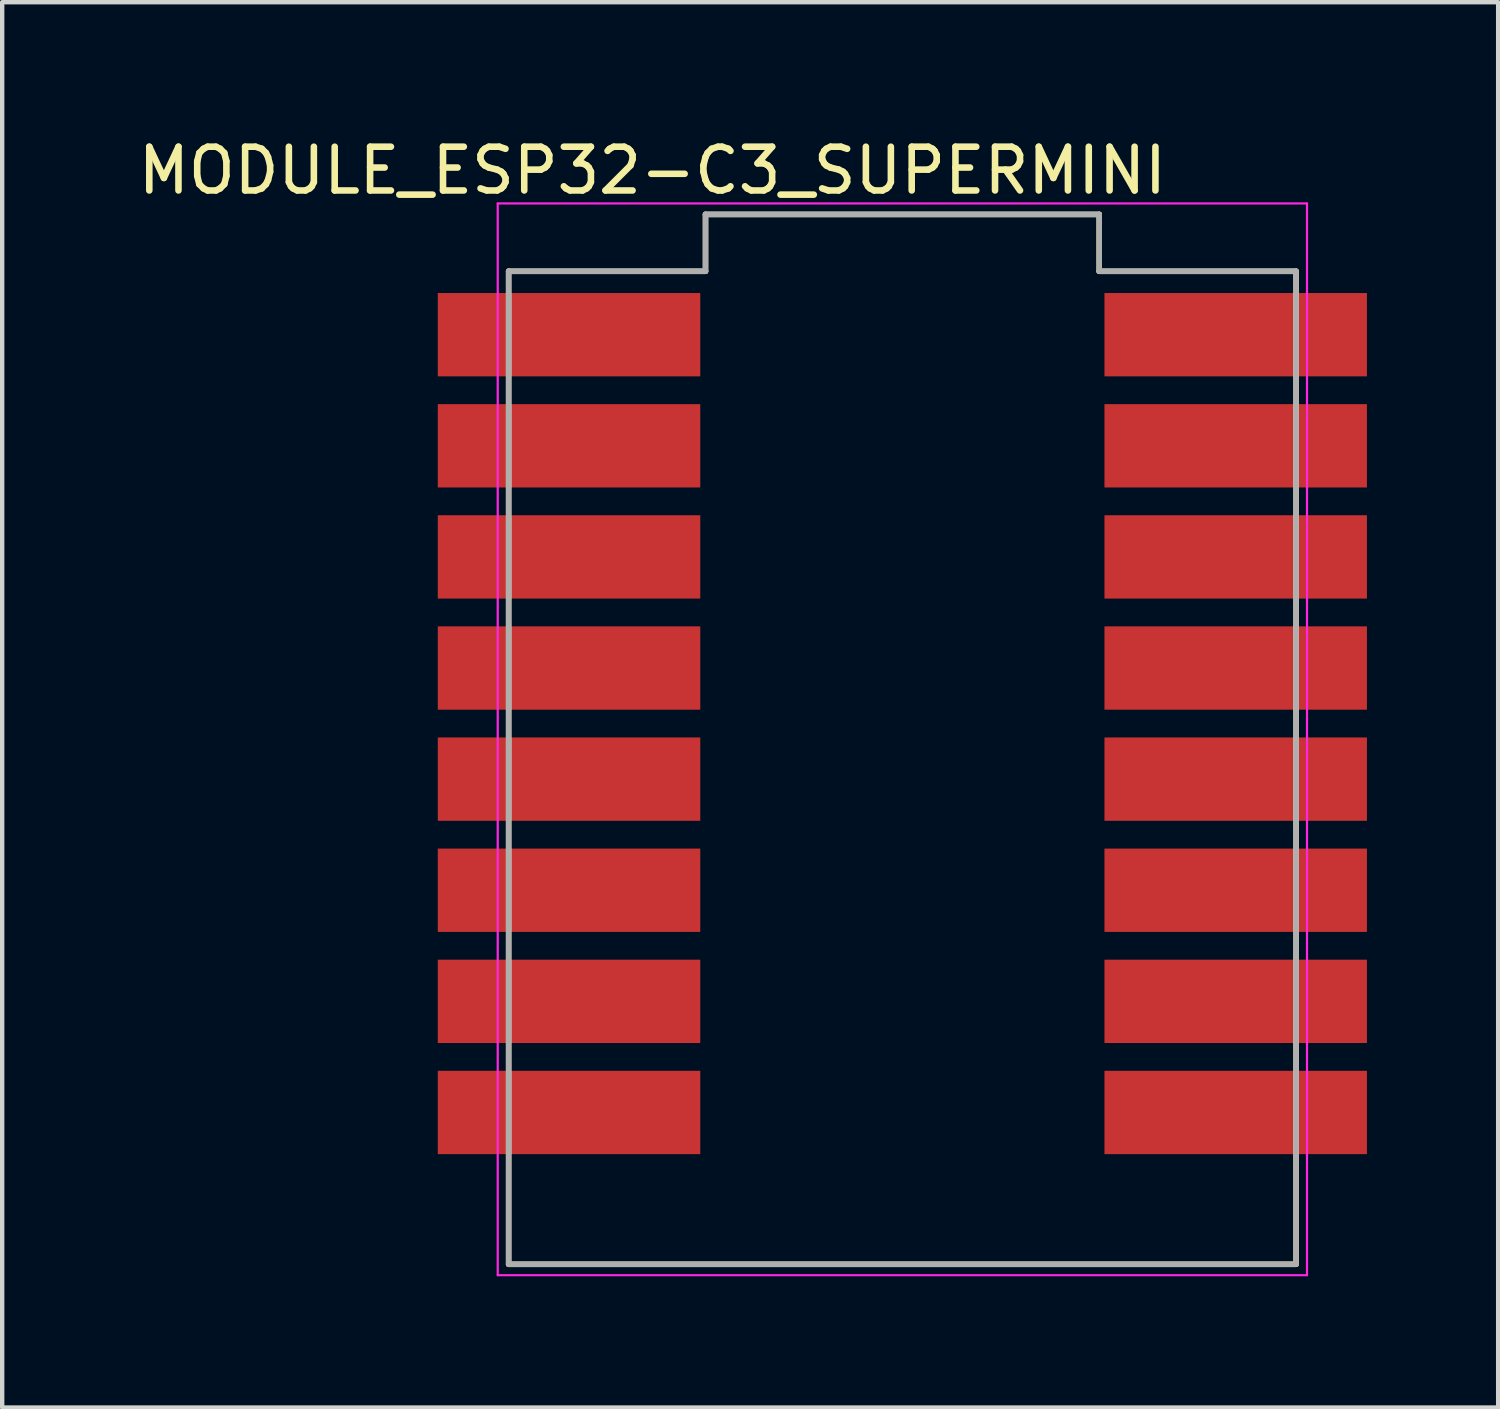
<source format=kicad_pcb>
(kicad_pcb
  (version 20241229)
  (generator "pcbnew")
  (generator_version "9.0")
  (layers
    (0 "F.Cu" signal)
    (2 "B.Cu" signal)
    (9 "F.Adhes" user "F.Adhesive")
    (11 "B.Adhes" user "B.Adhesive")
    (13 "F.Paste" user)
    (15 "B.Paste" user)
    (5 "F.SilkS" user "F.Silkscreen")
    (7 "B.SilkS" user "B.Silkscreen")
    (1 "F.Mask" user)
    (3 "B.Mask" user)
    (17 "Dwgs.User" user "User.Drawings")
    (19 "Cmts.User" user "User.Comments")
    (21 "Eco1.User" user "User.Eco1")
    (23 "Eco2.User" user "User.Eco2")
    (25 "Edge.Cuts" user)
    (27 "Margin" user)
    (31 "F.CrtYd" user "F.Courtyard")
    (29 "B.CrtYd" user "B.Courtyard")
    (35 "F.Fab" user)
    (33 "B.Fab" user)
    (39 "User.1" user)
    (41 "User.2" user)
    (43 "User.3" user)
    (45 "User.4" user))
  (footprint "MODULE_ESP32-C3_SUPERMINI"
    (layer "F.Cu")
    (at 17.578 14.501)
    (property "Reference" "MODULE_ESP32-C3_SUPERMINI" (at -5.715 -13.652 0) (layer "F.SilkS") (effects (font (size 1 1) (thickness 0.15))))
    (attr through_hole)
    (fp_line (start -9 11.35) (end -9 -11.35) (stroke (width 0.127) (type solid)) (layer "F.SilkS"))
    (fp_line (start -4.5 -12.65) (end -4.5 -11.35) (stroke (width 0.127) (type solid)) (layer "F.SilkS"))
    (fp_line (start -4.5 -11.35) (end -9 -11.35) (stroke (width 0.127) (type solid)) (layer "F.SilkS"))
    (fp_line (start 4.5 -12.65) (end -4.5 -12.65) (stroke (width 0.127) (type solid)) (layer "F.SilkS"))
    (fp_line (start 4.5 -12.65) (end 4.5 -11.35) (stroke (width 0.127) (type solid)) (layer "F.SilkS"))
    (fp_line (start 9 -11.35) (end 4.5 -11.35) (stroke (width 0.127) (type solid)) (layer "F.SilkS"))
    (fp_line (start 9 11.35) (end -9 11.35) (stroke (width 0.127) (type solid)) (layer "F.SilkS"))
    (fp_line (start 9 11.35) (end 9 -11.35) (stroke (width 0.127) (type solid)) (layer "F.SilkS"))
    (fp_line (start -9.25 -12.9) (end 9.25 -12.9) (stroke (width 0.05) (type solid)) (layer "F.CrtYd"))
    (fp_line (start -9.25 11.6) (end -9.25 -12.9) (stroke (width 0.05) (type solid)) (layer "F.CrtYd"))
    (fp_line (start 9.25 -12.9) (end 9.25 11.6) (stroke (width 0.05) (type solid)) (layer "F.CrtYd"))
    (fp_line (start 9.25 11.6) (end -9.25 11.6) (stroke (width 0.05) (type solid)) (layer "F.CrtYd"))
    (fp_line (start -9 11.35) (end -9 -11.35) (stroke (width 0.127) (type solid)) (layer "F.Fab"))
    (fp_line (start -4.5 -12.65) (end -4.5 -11.35) (stroke (width 0.127) (type solid)) (layer "F.Fab"))
    (fp_line (start -4.5 -11.35) (end -9 -11.35) (stroke (width 0.127) (type solid)) (layer "F.Fab"))
    (fp_line (start 4.5 -12.65) (end -4.5 -12.65) (stroke (width 0.127) (type solid)) (layer "F.Fab"))
    (fp_line (start 4.5 -12.65) (end 4.5 -11.35) (stroke (width 0.127) (type solid)) (layer "F.Fab"))
    (fp_line (start 9 -11.35) (end 4.5 -11.35) (stroke (width 0.127) (type solid)) (layer "F.Fab"))
    (fp_line (start 9 11.35) (end -9 11.35) (stroke (width 0.127) (type solid)) (layer "F.Fab"))
    (fp_line (start 9 11.35) (end 9 -11.35) (stroke (width 0.127) (type solid)) (layer "F.Fab"))
    (pad "0" smd rect (at 7.62 7.88) (size 6 1.905) (layers "F.Cu" "F.Mask" "F.Paste"))
    (pad "1" smd rect (at 7.62 5.34) (size 6 1.905) (layers "F.Cu" "F.Mask" "F.Paste"))
    (pad "2" smd rect (at 7.62 2.8) (size 6 1.905) (layers "F.Cu" "F.Mask" "F.Paste"))
    (pad "3" smd rect (at 7.62 0.26) (size 6 1.905) (layers "F.Cu" "F.Mask" "F.Paste"))
    (pad "3.3" smd rect (at 7.62 -4.82) (size 6 1.905) (layers "F.Cu" "F.Mask" "F.Paste"))
    (pad "4" smd rect (at 7.62 -2.28) (size 6 1.905) (layers "F.Cu" "F.Mask" "F.Paste"))
    (pad "5" smd rect (at -7.62 -9.9) (size 6 1.905) (layers "F.Cu" "F.Mask" "F.Paste"))
    (pad "5V" smd rect (at 7.62 -9.9) (size 6 1.905) (layers "F.Cu" "F.Mask" "F.Paste"))
    (pad "6" smd rect (at -7.62 -7.36) (size 6 1.905) (layers "F.Cu" "F.Mask" "F.Paste"))
    (pad "7" smd rect (at -7.62 -4.82) (size 6 1.905) (layers "F.Cu" "F.Mask" "F.Paste"))
    (pad "8" smd rect (at -7.62 -2.28) (size 6 1.905) (layers "F.Cu" "F.Mask" "F.Paste"))
    (pad "9" smd rect (at -7.62 0.26) (size 6 1.905) (layers "F.Cu" "F.Mask" "F.Paste"))
    (pad "10" smd rect (at -7.62 2.8) (size 6 1.905) (layers "F.Cu" "F.Mask" "F.Paste"))
    (pad "20" smd rect (at -7.62 5.34) (size 6 1.905) (layers "F.Cu" "F.Mask" "F.Paste"))
    (pad "21" smd rect (at -7.62 7.88) (size 6 1.905) (layers "F.Cu" "F.Mask" "F.Paste"))
    (pad "G" smd rect (at 7.62 -7.36) (size 6 1.905) (layers "F.Cu" "F.Mask" "F.Paste")))
  (gr_rect
    (start -3 -3)
    (end 31.198 29.126)
    (stroke (width 0.1) (type default))
    (fill no)
    (layer "Edge.Cuts")))
</source>
